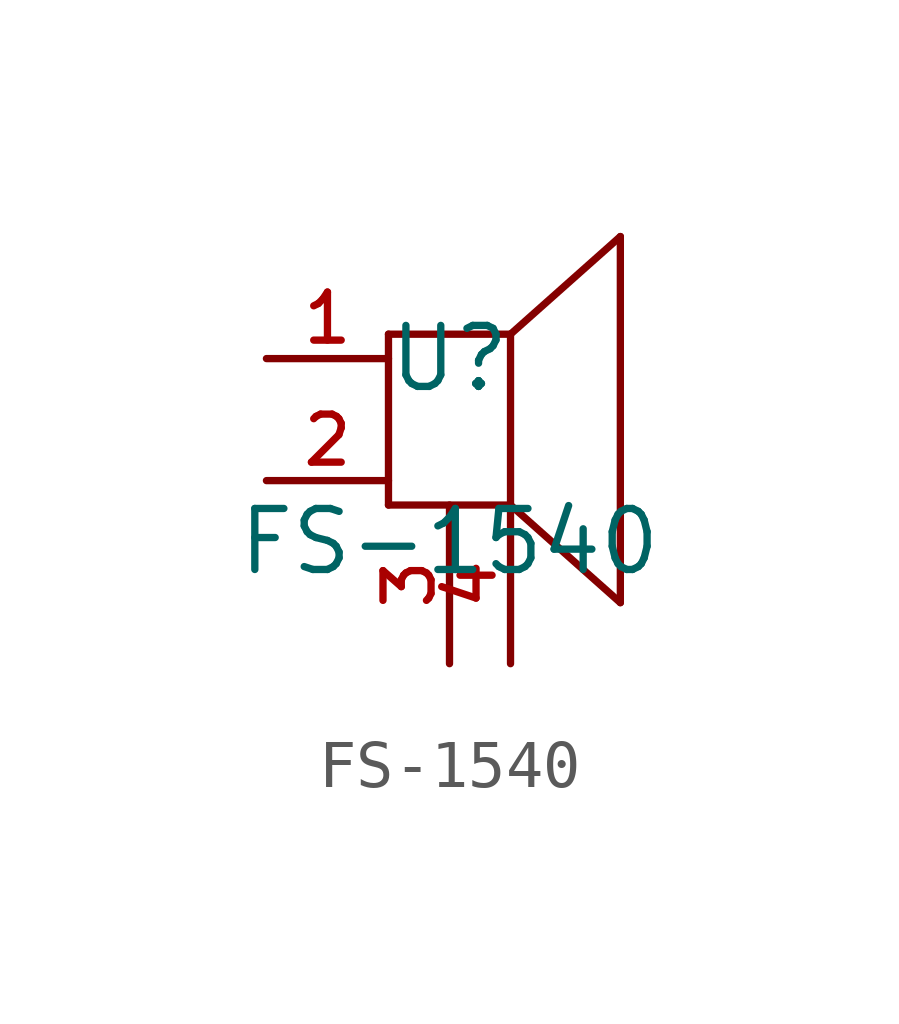
<source format=kicad_sym>
(kicad_symbol_lib
  (version 20220914)
  (generator kicad_symbol_editor)
  (symbol "FS-1540"
    (pin_names hide)
    (property "Reference" "U"
      (at 0 1.27 0)
      (effects (font (size 1.27 1.27))))
    (property "Value" "FS-1540"
      (at 0 -2.54 0)
      (effects (font (size 1.27 1.27))))
    (symbol "FS-1540_0_1"
      (polyline (pts (xy -1.27 -1.778) (xy 1.27 -1.778)) (stroke (width 0) (type default)) (fill (type none)))
      (polyline (pts (xy -1.27 1.778) (xy -1.27 -1.778)) (stroke (width 0) (type default)) (fill (type none)))
      (polyline (pts (xy -1.27 1.778) (xy 1.27 1.778)) (stroke (width 0) (type default)) (fill (type none)))
      (polyline (pts (xy 1.27 -1.778) (xy 3.556 -3.81)) (stroke (width 0) (type default)) (fill (type none)))
      (polyline (pts (xy 1.27 1.778) (xy 1.27 -1.778)) (stroke (width 0) (type default)) (fill (type none)))
      (polyline (pts (xy 3.556 3.81) (xy 1.27 1.778)) (stroke (width 0) (type default)) (fill (type none)))
      (polyline (pts (xy 3.556 3.81) (xy 3.556 -3.81)) (stroke (width 0) (type default)) (fill (type none))))
    (symbol "FS-1540_1_1"
      (pin passive line (at -3.81 1.27 0) (length 2.54) (name "+" (effects (font (size 1 1)))) (number "1" (effects (font (size 1 1)))))
      (pin passive line (at -3.81 -1.27 0) (length 2.54) (name "2" (effects (font (size 1 1)))) (number "2" (effects (font (size 1 1)))))
      (pin passive line (at 0 -5.08 90) (length 3.302) (name "3" (effects (font (size 1 1)))) (number "3" (effects (font (size 1 1)))))
      (pin passive line (at 1.27 -5.08 90) (length 3.302) (name "4" (effects (font (size 1 1)))) (number "4" (effects (font (size 1 1))))))))
</source>
